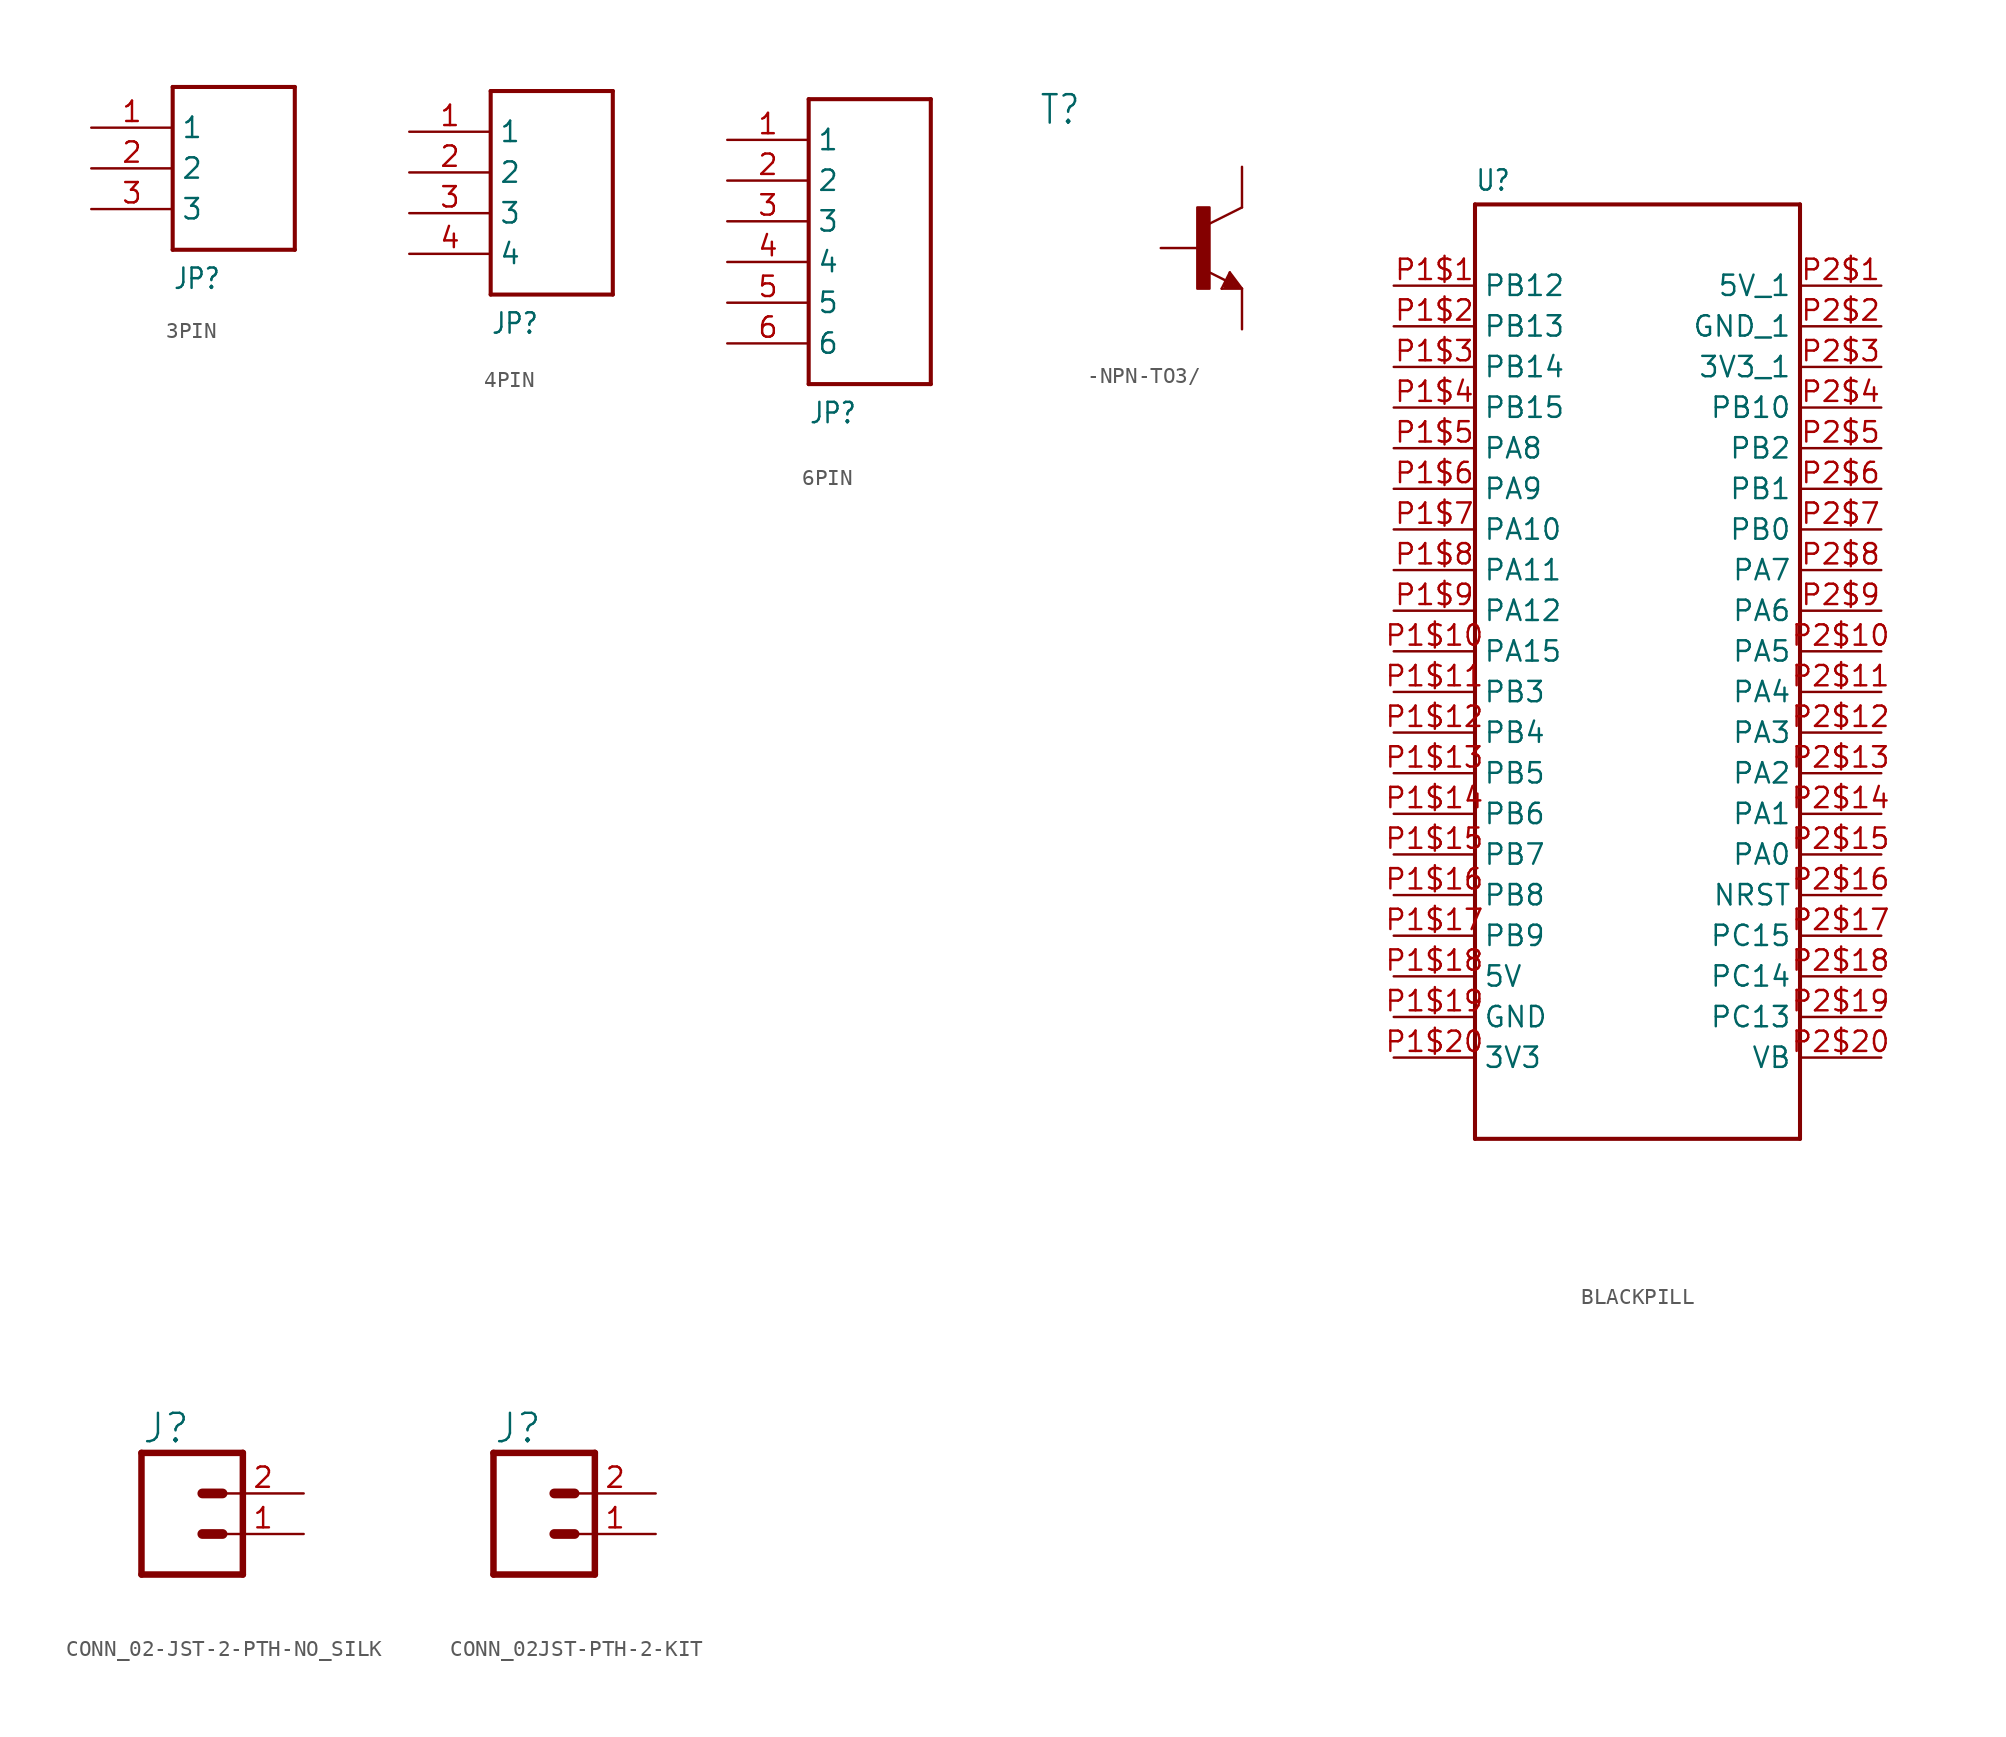
<source format=kicad_sym>
(kicad_symbol_lib
  (version 20220914)
  (generator kicad_symbol_editor)
  (symbol "3PIN"
    (property "Reference" "JP"
      (at 0 -7.62 0)
      (effects (font (size 1.27 1.079)) (justify left bottom)))
    (property "ki_locked" ""
      (at 0 0 0)
      (effects (font (size 1.27 1.27))))
    (symbol "3PIN_1_0"
      (polyline (pts (xy 0 -5.08) (xy 0 5.08)) (stroke (width 0.254) (type solid)) (fill (type none)))
      (polyline (pts (xy 0 5.08) (xy 7.62 5.08)) (stroke (width 0.254) (type solid)) (fill (type none)))
      (polyline (pts (xy 7.62 -5.08) (xy 0 -5.08)) (stroke (width 0.254) (type solid)) (fill (type none)))
      (polyline (pts (xy 7.62 5.08) (xy 7.62 -5.08)) (stroke (width 0.254) (type solid)) (fill (type none)))
      (pin bidirectional line (at -5.08 2.54 0) (length 5.08) (name "1" (effects (font (size 1.27 1.27)))) (number "1" (effects (font (size 1.27 1.27)))))
      (pin bidirectional line (at -5.08 0 0) (length 5.08) (name "2" (effects (font (size 1.27 1.27)))) (number "2" (effects (font (size 1.27 1.27)))))
      (pin bidirectional line (at -5.08 -2.54 0) (length 5.08) (name "3" (effects (font (size 1.27 1.27)))) (number "3" (effects (font (size 1.27 1.27)))))))
  (symbol "4PIN"
    (property "Reference" "JP"
      (at 0 -10.16 0)
      (effects (font (size 1.27 1.079)) (justify left bottom)))
    (property "ki_locked" ""
      (at 0 0 0)
      (effects (font (size 1.27 1.27))))
    (symbol "4PIN_1_0"
      (polyline (pts (xy 0 -7.62) (xy 0 5.08)) (stroke (width 0.254) (type solid)) (fill (type none)))
      (polyline (pts (xy 0 5.08) (xy 7.62 5.08)) (stroke (width 0.254) (type solid)) (fill (type none)))
      (polyline (pts (xy 7.62 -7.62) (xy 0 -7.62)) (stroke (width 0.254) (type solid)) (fill (type none)))
      (polyline (pts (xy 7.62 5.08) (xy 7.62 -7.62)) (stroke (width 0.254) (type solid)) (fill (type none)))
      (pin bidirectional line (at -5.08 2.54 0) (length 5.08) (name "1" (effects (font (size 1.27 1.27)))) (number "1" (effects (font (size 1.27 1.27)))))
      (pin bidirectional line (at -5.08 0 0) (length 5.08) (name "2" (effects (font (size 1.27 1.27)))) (number "2" (effects (font (size 1.27 1.27)))))
      (pin bidirectional line (at -5.08 -2.54 0) (length 5.08) (name "3" (effects (font (size 1.27 1.27)))) (number "3" (effects (font (size 1.27 1.27)))))
      (pin bidirectional line (at -5.08 -5.08 0) (length 5.08) (name "4" (effects (font (size 1.27 1.27)))) (number "4" (effects (font (size 1.27 1.27)))))))
  (symbol "6PIN"
    (property "Reference" "JP"
      (at 0 -12.7 0)
      (effects (font (size 1.27 1.079)) (justify left bottom)))
    (property "ki_locked" ""
      (at 0 0 0)
      (effects (font (size 1.27 1.27))))
    (symbol "6PIN_1_0"
      (polyline (pts (xy 0 -10.16) (xy 0 7.62)) (stroke (width 0.254) (type solid)) (fill (type none)))
      (polyline (pts (xy 0 7.62) (xy 7.62 7.62)) (stroke (width 0.254) (type solid)) (fill (type none)))
      (polyline (pts (xy 7.62 -10.16) (xy 0 -10.16)) (stroke (width 0.254) (type solid)) (fill (type none)))
      (polyline (pts (xy 7.62 7.62) (xy 7.62 -10.16)) (stroke (width 0.254) (type solid)) (fill (type none)))
      (pin bidirectional line (at -5.08 5.08 0) (length 5.08) (name "1" (effects (font (size 1.27 1.27)))) (number "1" (effects (font (size 1.27 1.27)))))
      (pin bidirectional line (at -5.08 2.54 0) (length 5.08) (name "2" (effects (font (size 1.27 1.27)))) (number "2" (effects (font (size 1.27 1.27)))))
      (pin bidirectional line (at -5.08 0 0) (length 5.08) (name "3" (effects (font (size 1.27 1.27)))) (number "3" (effects (font (size 1.27 1.27)))))
      (pin bidirectional line (at -5.08 -2.54 0) (length 5.08) (name "4" (effects (font (size 1.27 1.27)))) (number "4" (effects (font (size 1.27 1.27)))))
      (pin bidirectional line (at -5.08 -5.08 0) (length 5.08) (name "5" (effects (font (size 1.27 1.27)))) (number "5" (effects (font (size 1.27 1.27)))))
      (pin bidirectional line (at -5.08 -7.62 0) (length 5.08) (name "6" (effects (font (size 1.27 1.27)))) (number "6" (effects (font (size 1.27 1.27)))))))
  (symbol "-NPN-TO3/"
    (property "Reference" "T"
      (at -10.16 7.62 0)
      (effects (font (size 1.778 1.511)) (justify left bottom)))
    (property "Value" ""
      (at -10.16 5.08 0)
      (effects (font (size 1.778 1.511)) (justify left bottom)))
    (property "ki_locked" ""
      (at 0 0 0)
      (effects (font (size 1.27 1.27))))
    (symbol "-NPN-TO3/_1_0"
      (rectangle (start -0.254 -2.54) (end 0.508 2.54) (stroke (width 0) (type default)) (fill (type outline)))
      (polyline (pts (xy 1.27 -2.54) (xy 1.778 -1.524)) (stroke (width 0.152) (type solid)) (fill (type none)))
      (polyline (pts (xy 1.524 -2.413) (xy 2.286 -2.413)) (stroke (width 0.254) (type solid)) (fill (type none)))
      (polyline (pts (xy 1.524 -2.286) (xy 1.905 -2.286)) (stroke (width 0.254) (type solid)) (fill (type none)))
      (polyline (pts (xy 1.54 -2.04) (xy 0.308 -1.424)) (stroke (width 0.152) (type solid)) (fill (type none)))
      (polyline (pts (xy 1.778 -1.778) (xy 1.524 -2.286)) (stroke (width 0.254) (type solid)) (fill (type none)))
      (polyline (pts (xy 1.778 -1.524) (xy 2.54 -2.54)) (stroke (width 0.152) (type solid)) (fill (type none)))
      (polyline (pts (xy 1.905 -2.286) (xy 1.778 -2.032)) (stroke (width 0.254) (type solid)) (fill (type none)))
      (polyline (pts (xy 2.286 -2.413) (xy 1.778 -1.778)) (stroke (width 0.254) (type solid)) (fill (type none)))
      (polyline (pts (xy 2.54 -2.54) (xy 1.27 -2.54)) (stroke (width 0.152) (type solid)) (fill (type none)))
      (polyline (pts (xy 2.54 2.54) (xy 0.508 1.524)) (stroke (width 0.152) (type solid)) (fill (type none)))
      (pin passive line (at -2.54 0 0) (length 2.54) (name "B" (effects (font (size 0 0)))) (number "B" (effects (font (size 0 0)))))
      (pin passive line (at 2.54 5.08 270) (length 2.54) (name "C" (effects (font (size 0 0)))) (number "C" (effects (font (size 0 0)))))
      (pin passive line (at 2.54 -5.08 90) (length 2.54) (name "E" (effects (font (size 0 0)))) (number "E" (effects (font (size 0 0)))))))
  (symbol "BLACKPILL"
    (property "Reference" "U"
      (at -10.16 28.702 0)
      (effects (font (size 1.27 1.079)) (justify left bottom)))
    (property "Value" ""
      (at -10.16 -33.02 0)
      (effects (font (size 1.27 1.079)) (justify left bottom)))
    (property "ki_locked" ""
      (at 0 0 0)
      (effects (font (size 1.27 1.27))))
    (symbol "BLACKPILL_1_0"
      (polyline (pts (xy -10.16 -30.48) (xy -10.16 27.94)) (stroke (width 0.254) (type solid)) (fill (type none)))
      (polyline (pts (xy -10.16 27.94) (xy 10.16 27.94)) (stroke (width 0.254) (type solid)) (fill (type none)))
      (polyline (pts (xy 10.16 -30.48) (xy -10.16 -30.48)) (stroke (width 0.254) (type solid)) (fill (type none)))
      (polyline (pts (xy 10.16 27.94) (xy 10.16 -30.48)) (stroke (width 0.254) (type solid)) (fill (type none)))
      (pin bidirectional line (at -15.24 22.86 0) (length 5.08) (name "PB12" (effects (font (size 1.27 1.27)))) (number "P1$1" (effects (font (size 1.27 1.27)))))
      (pin bidirectional line (at -15.24 0 0) (length 5.08) (name "PA15" (effects (font (size 1.27 1.27)))) (number "P1$10" (effects (font (size 1.27 1.27)))))
      (pin bidirectional line (at -15.24 -2.54 0) (length 5.08) (name "PB3" (effects (font (size 1.27 1.27)))) (number "P1$11" (effects (font (size 1.27 1.27)))))
      (pin bidirectional line (at -15.24 -5.08 0) (length 5.08) (name "PB4" (effects (font (size 1.27 1.27)))) (number "P1$12" (effects (font (size 1.27 1.27)))))
      (pin bidirectional line (at -15.24 -7.62 0) (length 5.08) (name "PB5" (effects (font (size 1.27 1.27)))) (number "P1$13" (effects (font (size 1.27 1.27)))))
      (pin bidirectional line (at -15.24 -10.16 0) (length 5.08) (name "PB6" (effects (font (size 1.27 1.27)))) (number "P1$14" (effects (font (size 1.27 1.27)))))
      (pin bidirectional line (at -15.24 -12.7 0) (length 5.08) (name "PB7" (effects (font (size 1.27 1.27)))) (number "P1$15" (effects (font (size 1.27 1.27)))))
      (pin bidirectional line (at -15.24 -15.24 0) (length 5.08) (name "PB8" (effects (font (size 1.27 1.27)))) (number "P1$16" (effects (font (size 1.27 1.27)))))
      (pin bidirectional line (at -15.24 -17.78 0) (length 5.08) (name "PB9" (effects (font (size 1.27 1.27)))) (number "P1$17" (effects (font (size 1.27 1.27)))))
      (pin power_in line (at -15.24 -20.32 0) (length 5.08) (name "5V" (effects (font (size 1.27 1.27)))) (number "P1$18" (effects (font (size 1.27 1.27)))))
      (pin power_in line (at -15.24 -22.86 0) (length 5.08) (name "GND" (effects (font (size 1.27 1.27)))) (number "P1$19" (effects (font (size 1.27 1.27)))))
      (pin bidirectional line (at -15.24 20.32 0) (length 5.08) (name "PB13" (effects (font (size 1.27 1.27)))) (number "P1$2" (effects (font (size 1.27 1.27)))))
      (pin power_in line (at -15.24 -25.4 0) (length 5.08) (name "3V3" (effects (font (size 1.27 1.27)))) (number "P1$20" (effects (font (size 1.27 1.27)))))
      (pin bidirectional line (at -15.24 17.78 0) (length 5.08) (name "PB14" (effects (font (size 1.27 1.27)))) (number "P1$3" (effects (font (size 1.27 1.27)))))
      (pin bidirectional line (at -15.24 15.24 0) (length 5.08) (name "PB15" (effects (font (size 1.27 1.27)))) (number "P1$4" (effects (font (size 1.27 1.27)))))
      (pin bidirectional line (at -15.24 12.7 0) (length 5.08) (name "PA8" (effects (font (size 1.27 1.27)))) (number "P1$5" (effects (font (size 1.27 1.27)))))
      (pin bidirectional line (at -15.24 10.16 0) (length 5.08) (name "PA9" (effects (font (size 1.27 1.27)))) (number "P1$6" (effects (font (size 1.27 1.27)))))
      (pin bidirectional line (at -15.24 7.62 0) (length 5.08) (name "PA10" (effects (font (size 1.27 1.27)))) (number "P1$7" (effects (font (size 1.27 1.27)))))
      (pin bidirectional line (at -15.24 5.08 0) (length 5.08) (name "PA11" (effects (font (size 1.27 1.27)))) (number "P1$8" (effects (font (size 1.27 1.27)))))
      (pin bidirectional line (at -15.24 2.54 0) (length 5.08) (name "PA12" (effects (font (size 1.27 1.27)))) (number "P1$9" (effects (font (size 1.27 1.27)))))
      (pin power_in line (at 15.24 22.86 180) (length 5.08) (name "5V_1" (effects (font (size 1.27 1.27)))) (number "P2$1" (effects (font (size 1.27 1.27)))))
      (pin bidirectional line (at 15.24 0 180) (length 5.08) (name "PA5" (effects (font (size 1.27 1.27)))) (number "P2$10" (effects (font (size 1.27 1.27)))))
      (pin bidirectional line (at 15.24 -2.54 180) (length 5.08) (name "PA4" (effects (font (size 1.27 1.27)))) (number "P2$11" (effects (font (size 1.27 1.27)))))
      (pin bidirectional line (at 15.24 -5.08 180) (length 5.08) (name "PA3" (effects (font (size 1.27 1.27)))) (number "P2$12" (effects (font (size 1.27 1.27)))))
      (pin bidirectional line (at 15.24 -7.62 180) (length 5.08) (name "PA2" (effects (font (size 1.27 1.27)))) (number "P2$13" (effects (font (size 1.27 1.27)))))
      (pin bidirectional line (at 15.24 -10.16 180) (length 5.08) (name "PA1" (effects (font (size 1.27 1.27)))) (number "P2$14" (effects (font (size 1.27 1.27)))))
      (pin bidirectional line (at 15.24 -12.7 180) (length 5.08) (name "PA0" (effects (font (size 1.27 1.27)))) (number "P2$15" (effects (font (size 1.27 1.27)))))
      (pin bidirectional line (at 15.24 -15.24 180) (length 5.08) (name "NRST" (effects (font (size 1.27 1.27)))) (number "P2$16" (effects (font (size 1.27 1.27)))))
      (pin bidirectional line (at 15.24 -17.78 180) (length 5.08) (name "PC15" (effects (font (size 1.27 1.27)))) (number "P2$17" (effects (font (size 1.27 1.27)))))
      (pin bidirectional line (at 15.24 -20.32 180) (length 5.08) (name "PC14" (effects (font (size 1.27 1.27)))) (number "P2$18" (effects (font (size 1.27 1.27)))))
      (pin bidirectional line (at 15.24 -22.86 180) (length 5.08) (name "PC13" (effects (font (size 1.27 1.27)))) (number "P2$19" (effects (font (size 1.27 1.27)))))
      (pin power_in line (at 15.24 20.32 180) (length 5.08) (name "GND_1" (effects (font (size 1.27 1.27)))) (number "P2$2" (effects (font (size 1.27 1.27)))))
      (pin bidirectional line (at 15.24 -25.4 180) (length 5.08) (name "VB" (effects (font (size 1.27 1.27)))) (number "P2$20" (effects (font (size 1.27 1.27)))))
      (pin power_in line (at 15.24 17.78 180) (length 5.08) (name "3V3_1" (effects (font (size 1.27 1.27)))) (number "P2$3" (effects (font (size 1.27 1.27)))))
      (pin bidirectional line (at 15.24 15.24 180) (length 5.08) (name "PB10" (effects (font (size 1.27 1.27)))) (number "P2$4" (effects (font (size 1.27 1.27)))))
      (pin bidirectional line (at 15.24 12.7 180) (length 5.08) (name "PB2" (effects (font (size 1.27 1.27)))) (number "P2$5" (effects (font (size 1.27 1.27)))))
      (pin bidirectional line (at 15.24 10.16 180) (length 5.08) (name "PB1" (effects (font (size 1.27 1.27)))) (number "P2$6" (effects (font (size 1.27 1.27)))))
      (pin bidirectional line (at 15.24 7.62 180) (length 5.08) (name "PB0" (effects (font (size 1.27 1.27)))) (number "P2$7" (effects (font (size 1.27 1.27)))))
      (pin bidirectional line (at 15.24 5.08 180) (length 5.08) (name "PA7" (effects (font (size 1.27 1.27)))) (number "P2$8" (effects (font (size 1.27 1.27)))))
      (pin bidirectional line (at 15.24 2.54 180) (length 5.08) (name "PA6" (effects (font (size 1.27 1.27)))) (number "P2$9" (effects (font (size 1.27 1.27)))))))
  (symbol "CONN_02-JST-2-PTH-NO_SILK"
    (property "Reference" "J"
      (at -2.54 5.588 0)
      (effects (font (size 1.778 1.778)) (justify left bottom)))
    (property "Value" ""
      (at -2.54 -4.826 0)
      (effects (font (size 1.778 1.778)) (justify left bottom)))
    (property "ki_locked" ""
      (at 0 0 0)
      (effects (font (size 1.27 1.27))))
    (symbol "CONN_02-JST-2-PTH-NO_SILK_1_0"
      (polyline (pts (xy -2.54 5.08) (xy -2.54 -2.54)) (stroke (width 0.406) (type solid)) (fill (type none)))
      (polyline (pts (xy -2.54 5.08) (xy 3.81 5.08)) (stroke (width 0.406) (type solid)) (fill (type none)))
      (polyline (pts (xy 1.27 0) (xy 2.54 0)) (stroke (width 0.61) (type solid)) (fill (type none)))
      (polyline (pts (xy 1.27 2.54) (xy 2.54 2.54)) (stroke (width 0.61) (type solid)) (fill (type none)))
      (polyline (pts (xy 3.81 -2.54) (xy -2.54 -2.54)) (stroke (width 0.406) (type solid)) (fill (type none)))
      (polyline (pts (xy 3.81 -2.54) (xy 3.81 5.08)) (stroke (width 0.406) (type solid)) (fill (type none)))
      (pin passive line (at 7.62 0 180) (length 5.08) (name "1" (effects (font (size 0 0)))) (number "1" (effects (font (size 1.27 1.27)))))
      (pin passive line (at 7.62 2.54 180) (length 5.08) (name "2" (effects (font (size 0 0)))) (number "2" (effects (font (size 1.27 1.27)))))))
  (symbol "CONN_02JST-PTH-2-KIT"
    (property "Reference" "J"
      (at -2.54 5.588 0)
      (effects (font (size 1.778 1.778)) (justify left bottom)))
    (property "Value" ""
      (at -2.54 -4.826 0)
      (effects (font (size 1.778 1.778)) (justify left bottom)))
    (property "ki_locked" ""
      (at 0 0 0)
      (effects (font (size 1.27 1.27))))
    (symbol "CONN_02JST-PTH-2-KIT_1_0"
      (polyline (pts (xy -2.54 5.08) (xy -2.54 -2.54)) (stroke (width 0.406) (type solid)) (fill (type none)))
      (polyline (pts (xy -2.54 5.08) (xy 3.81 5.08)) (stroke (width 0.406) (type solid)) (fill (type none)))
      (polyline (pts (xy 1.27 0) (xy 2.54 0)) (stroke (width 0.61) (type solid)) (fill (type none)))
      (polyline (pts (xy 1.27 2.54) (xy 2.54 2.54)) (stroke (width 0.61) (type solid)) (fill (type none)))
      (polyline (pts (xy 3.81 -2.54) (xy -2.54 -2.54)) (stroke (width 0.406) (type solid)) (fill (type none)))
      (polyline (pts (xy 3.81 -2.54) (xy 3.81 5.08)) (stroke (width 0.406) (type solid)) (fill (type none)))
      (pin passive line (at 7.62 0 180) (length 5.08) (name "1" (effects (font (size 0 0)))) (number "1" (effects (font (size 1.27 1.27)))))
      (pin passive line (at 7.62 2.54 180) (length 5.08) (name "2" (effects (font (size 0 0)))) (number "2" (effects (font (size 1.27 1.27))))))))
</source>
